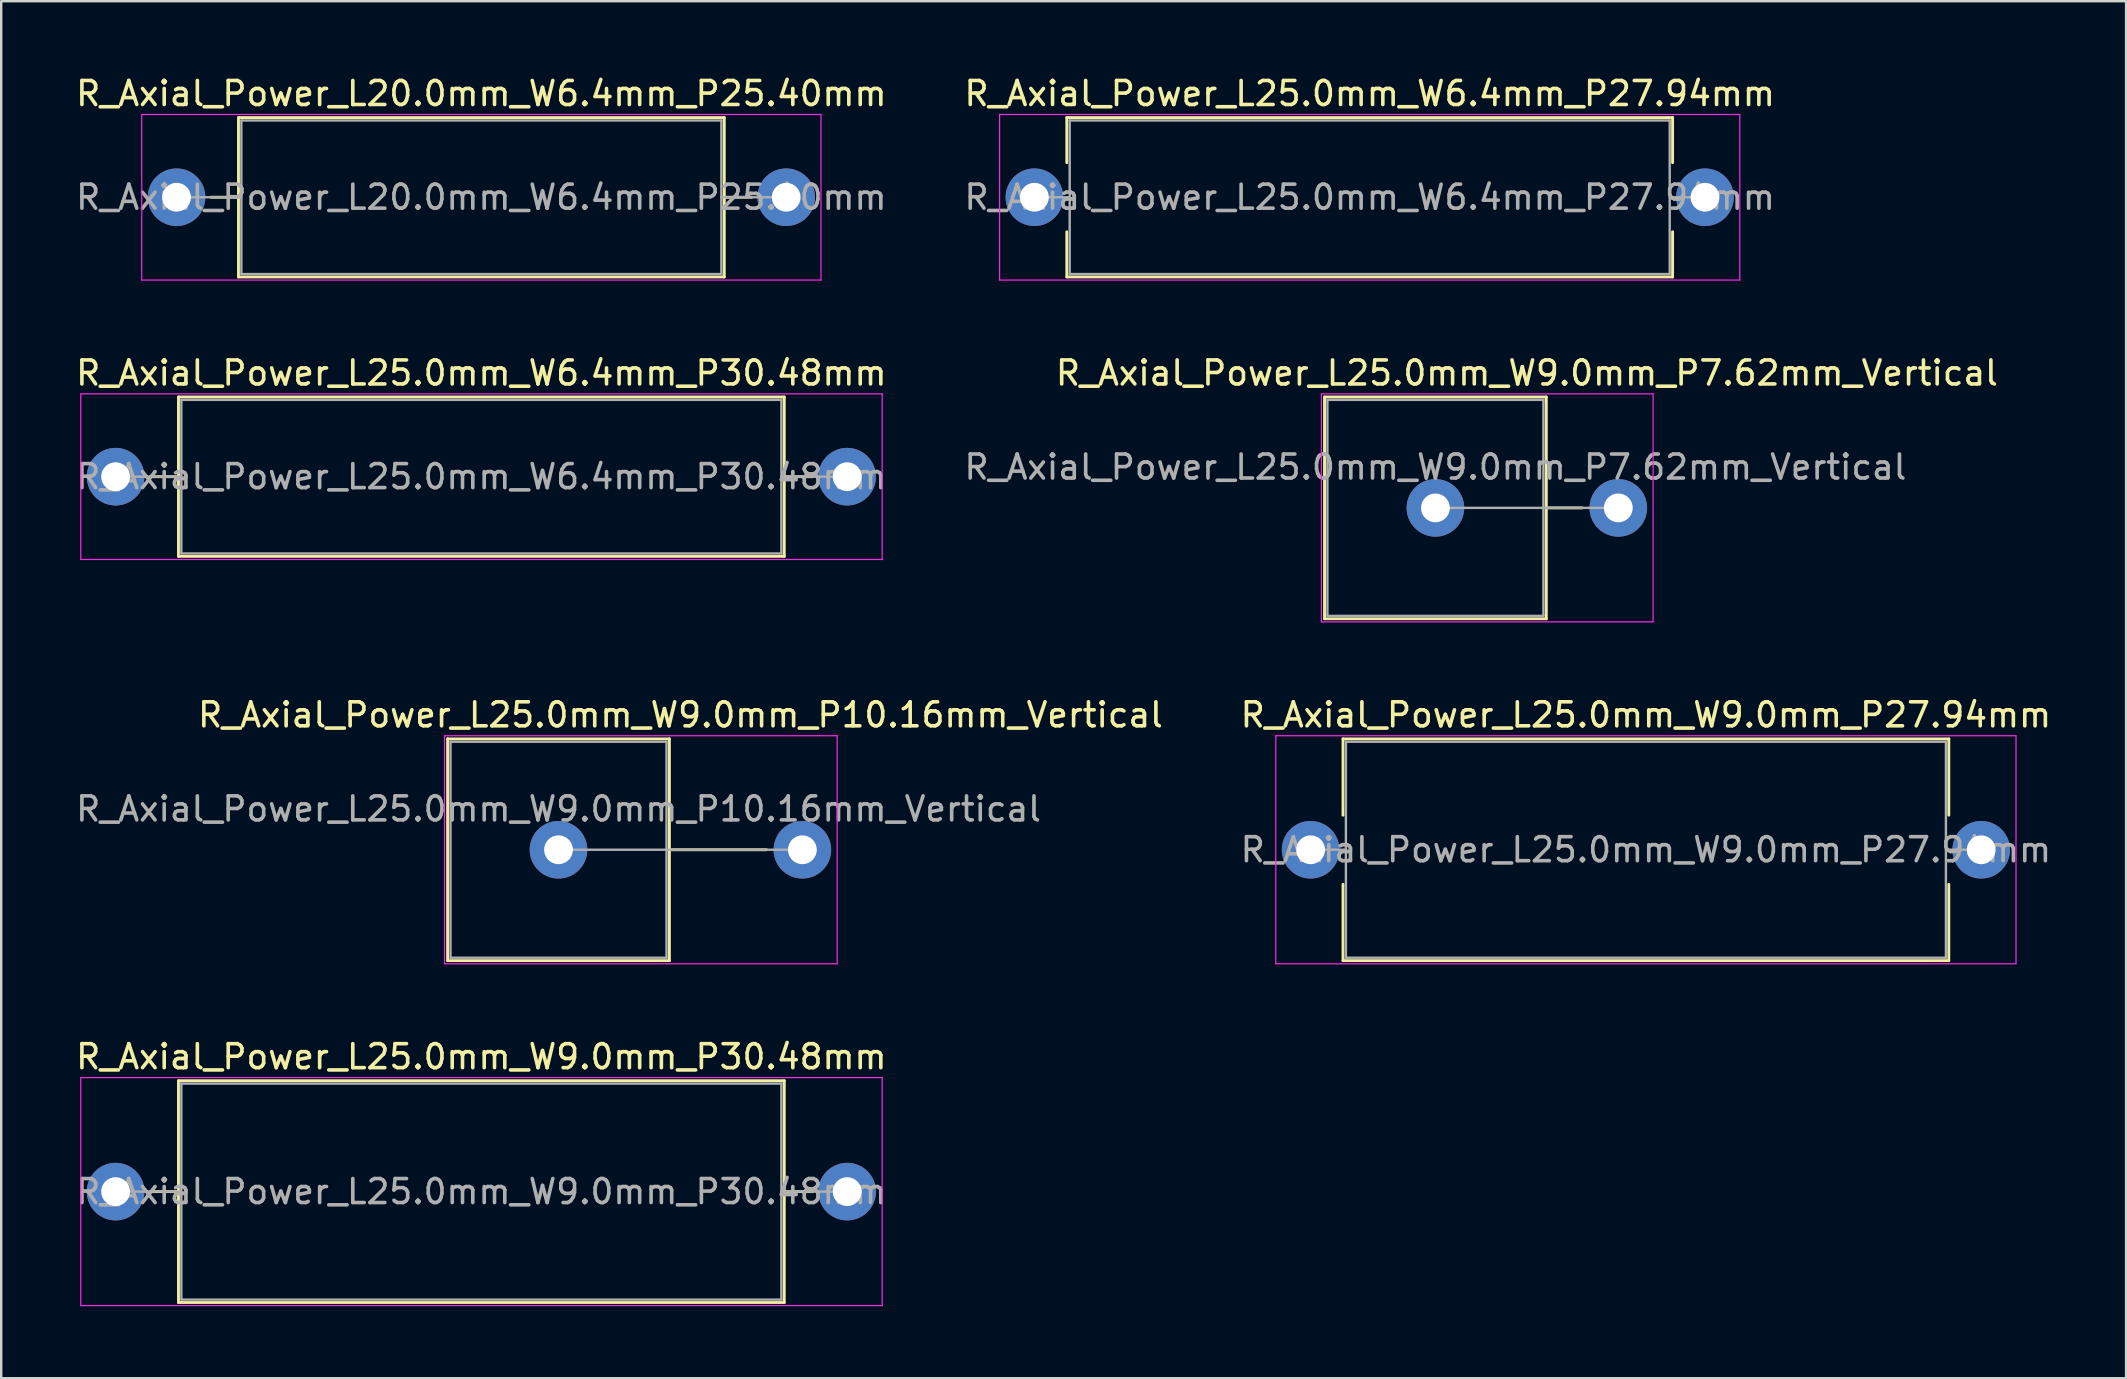
<source format=kicad_pcb>
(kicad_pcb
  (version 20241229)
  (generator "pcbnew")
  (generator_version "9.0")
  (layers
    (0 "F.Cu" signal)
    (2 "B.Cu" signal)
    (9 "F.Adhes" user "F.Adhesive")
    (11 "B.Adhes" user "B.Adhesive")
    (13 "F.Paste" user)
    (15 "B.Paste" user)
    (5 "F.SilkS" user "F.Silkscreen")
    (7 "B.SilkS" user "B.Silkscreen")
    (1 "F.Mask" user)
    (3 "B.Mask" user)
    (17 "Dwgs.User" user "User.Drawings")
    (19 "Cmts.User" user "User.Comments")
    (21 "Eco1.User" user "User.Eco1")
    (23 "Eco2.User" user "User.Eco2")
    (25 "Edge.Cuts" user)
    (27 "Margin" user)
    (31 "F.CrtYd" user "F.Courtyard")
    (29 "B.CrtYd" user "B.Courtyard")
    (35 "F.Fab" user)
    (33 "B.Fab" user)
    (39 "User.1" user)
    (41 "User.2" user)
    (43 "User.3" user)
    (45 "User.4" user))
  (footprint "R_Axial_Power_L25.0mm_W9.0mm_P7.62mm_Vertical"
    (layer "F.Cu")
    (at 56.756 18.111)
    (property "Reference" "R_Axial_Power_L25.0mm_W9.0mm_P7.62mm_Vertical" (at 3.81 -5.62 0) (layer "F.SilkS") (effects (font (size 1 1) (thickness 0.15))))
    (attr through_hole)
    (fp_line (start -4.62 -4.62) (end -4.62 4.62) (stroke (width 0.12) (type solid)) (layer "F.SilkS"))
    (fp_line (start -4.62 4.62) (end 4.62 4.62) (stroke (width 0.12) (type solid)) (layer "F.SilkS"))
    (fp_line (start 4.62 -4.62) (end -4.62 -4.62) (stroke (width 0.12) (type solid)) (layer "F.SilkS"))
    (fp_line (start 4.62 0) (end 6.12 0) (stroke (width 0.12) (type solid)) (layer "F.SilkS"))
    (fp_line (start 4.62 4.62) (end 4.62 -4.62) (stroke (width 0.12) (type solid)) (layer "F.SilkS"))
    (fp_line (start -4.75 -4.75) (end -4.75 4.75) (stroke (width 0.05) (type solid)) (layer "F.CrtYd"))
    (fp_line (start -4.75 4.75) (end 9.07 4.75) (stroke (width 0.05) (type solid)) (layer "F.CrtYd"))
    (fp_line (start 9.07 -4.75) (end -4.75 -4.75) (stroke (width 0.05) (type solid)) (layer "F.CrtYd"))
    (fp_line (start 9.07 4.75) (end 9.07 -4.75) (stroke (width 0.05) (type solid)) (layer "F.CrtYd"))
    (fp_line (start -4.5 -4.5) (end -4.5 4.5) (stroke (width 0.1) (type solid)) (layer "F.Fab"))
    (fp_line (start -4.5 4.5) (end 4.5 4.5) (stroke (width 0.1) (type solid)) (layer "F.Fab"))
    (fp_line (start 0 0) (end 7.62 0) (stroke (width 0.1) (type solid)) (layer "F.Fab"))
    (fp_line (start 4.5 -4.5) (end -4.5 -4.5) (stroke (width 0.1) (type solid)) (layer "F.Fab"))
    (fp_line (start 4.5 4.5) (end 4.5 -4.5) (stroke (width 0.1) (type solid)) (layer "F.Fab"))
    (fp_text user "${REFERENCE}" (at 0 -1.7 0) (layer "F.Fab") (effects (font (size 1 1) (thickness 0.15))))
    (pad "1" thru_hole circle (at 0 0) (size 2.4 2.4) (drill 1.2) (layers "*.Cu" "*.Mask"))
    (pad "2" thru_hole oval (at 7.62 0) (size 2.4 2.4) (drill 1.2) (layers "*.Cu" "*.Mask")))
  (footprint "R_Axial_Power_L25.0mm_W6.4mm_P30.48mm"
    (layer "F.Cu")
    (at 1.766 16.811)
    (property "Reference" "R_Axial_Power_L25.0mm_W6.4mm_P30.48mm" (at 15.24 -4.32 0) (layer "F.SilkS") (effects (font (size 1 1) (thickness 0.15))))
    (attr through_hole)
    (fp_line (start 1.44 0) (end 2.62 0) (stroke (width 0.12) (type solid)) (layer "F.SilkS"))
    (fp_line (start 2.62 -3.32) (end 2.62 3.32) (stroke (width 0.12) (type solid)) (layer "F.SilkS"))
    (fp_line (start 2.62 3.32) (end 27.86 3.32) (stroke (width 0.12) (type solid)) (layer "F.SilkS"))
    (fp_line (start 27.86 -3.32) (end 2.62 -3.32) (stroke (width 0.12) (type solid)) (layer "F.SilkS"))
    (fp_line (start 27.86 3.32) (end 27.86 -3.32) (stroke (width 0.12) (type solid)) (layer "F.SilkS"))
    (fp_line (start 29.04 0) (end 27.86 0) (stroke (width 0.12) (type solid)) (layer "F.SilkS"))
    (fp_line (start -1.45 -3.45) (end -1.45 3.45) (stroke (width 0.05) (type solid)) (layer "F.CrtYd"))
    (fp_line (start -1.45 3.45) (end 31.94 3.45) (stroke (width 0.05) (type solid)) (layer "F.CrtYd"))
    (fp_line (start 31.94 -3.45) (end -1.45 -3.45) (stroke (width 0.05) (type solid)) (layer "F.CrtYd"))
    (fp_line (start 31.94 3.45) (end 31.94 -3.45) (stroke (width 0.05) (type solid)) (layer "F.CrtYd"))
    (fp_line (start 0 0) (end 2.74 0) (stroke (width 0.1) (type solid)) (layer "F.Fab"))
    (fp_line (start 2.74 -3.2) (end 2.74 3.2) (stroke (width 0.1) (type solid)) (layer "F.Fab"))
    (fp_line (start 2.74 3.2) (end 27.74 3.2) (stroke (width 0.1) (type solid)) (layer "F.Fab"))
    (fp_line (start 27.74 -3.2) (end 2.74 -3.2) (stroke (width 0.1) (type solid)) (layer "F.Fab"))
    (fp_line (start 27.74 3.2) (end 27.74 -3.2) (stroke (width 0.1) (type solid)) (layer "F.Fab"))
    (fp_line (start 30.48 0) (end 27.74 0) (stroke (width 0.1) (type solid)) (layer "F.Fab"))
    (fp_text user "${REFERENCE}" (at 15.24 0 0) (layer "F.Fab") (effects (font (size 1 1) (thickness 0.15))))
    (pad "1" thru_hole circle (at 0 0) (size 2.4 2.4) (drill 1.2) (layers "*.Cu" "*.Mask"))
    (pad "2" thru_hole oval (at 30.48 0) (size 2.4 2.4) (drill 1.2) (layers "*.Cu" "*.Mask")))
  (footprint "R_Axial_Power_L25.0mm_W6.4mm_P27.94mm"
    (layer "F.Cu")
    (at 40.048 5.168)
    (property "Reference" "R_Axial_Power_L25.0mm_W6.4mm_P27.94mm" (at 13.97 -4.32 0) (layer "F.SilkS") (effects (font (size 1 1) (thickness 0.15))))
    (attr through_hole)
    (fp_line (start 1.35 -3.32) (end 26.59 -3.32) (stroke (width 0.12) (type solid)) (layer "F.SilkS"))
    (fp_line (start 1.35 -1.44) (end 1.35 -3.32) (stroke (width 0.12) (type solid)) (layer "F.SilkS"))
    (fp_line (start 1.35 1.44) (end 1.35 3.32) (stroke (width 0.12) (type solid)) (layer "F.SilkS"))
    (fp_line (start 1.35 3.32) (end 26.59 3.32) (stroke (width 0.12) (type solid)) (layer "F.SilkS"))
    (fp_line (start 26.59 -3.32) (end 26.59 -1.44) (stroke (width 0.12) (type solid)) (layer "F.SilkS"))
    (fp_line (start 26.59 3.32) (end 26.59 1.44) (stroke (width 0.12) (type solid)) (layer "F.SilkS"))
    (fp_line (start -1.45 -3.45) (end -1.45 3.45) (stroke (width 0.05) (type solid)) (layer "F.CrtYd"))
    (fp_line (start -1.45 3.45) (end 29.39 3.45) (stroke (width 0.05) (type solid)) (layer "F.CrtYd"))
    (fp_line (start 29.39 -3.45) (end -1.45 -3.45) (stroke (width 0.05) (type solid)) (layer "F.CrtYd"))
    (fp_line (start 29.39 3.45) (end 29.39 -3.45) (stroke (width 0.05) (type solid)) (layer "F.CrtYd"))
    (fp_line (start 0 0) (end 1.47 0) (stroke (width 0.1) (type solid)) (layer "F.Fab"))
    (fp_line (start 1.47 -3.2) (end 1.47 3.2) (stroke (width 0.1) (type solid)) (layer "F.Fab"))
    (fp_line (start 1.47 3.2) (end 26.47 3.2) (stroke (width 0.1) (type solid)) (layer "F.Fab"))
    (fp_line (start 26.47 -3.2) (end 1.47 -3.2) (stroke (width 0.1) (type solid)) (layer "F.Fab"))
    (fp_line (start 26.47 3.2) (end 26.47 -3.2) (stroke (width 0.1) (type solid)) (layer "F.Fab"))
    (fp_line (start 27.94 0) (end 26.47 0) (stroke (width 0.1) (type solid)) (layer "F.Fab"))
    (fp_text user "${REFERENCE}" (at 13.97 0 0) (layer "F.Fab") (effects (font (size 1 1) (thickness 0.15))))
    (pad "1" thru_hole circle (at 0 0) (size 2.4 2.4) (drill 1.2) (layers "*.Cu" "*.Mask"))
    (pad "2" thru_hole oval (at 27.94 0) (size 2.4 2.4) (drill 1.2) (layers "*.Cu" "*.Mask")))
  (footprint "R_Axial_Power_L25.0mm_W9.0mm_P30.48mm"
    (layer "F.Cu")
    (at 1.766 46.598)
    (property "Reference" "R_Axial_Power_L25.0mm_W9.0mm_P30.48mm" (at 15.24 -5.62 0) (layer "F.SilkS") (effects (font (size 1 1) (thickness 0.15))))
    (attr through_hole)
    (fp_line (start 1.44 0) (end 2.62 0) (stroke (width 0.12) (type solid)) (layer "F.SilkS"))
    (fp_line (start 2.62 -4.62) (end 2.62 4.62) (stroke (width 0.12) (type solid)) (layer "F.SilkS"))
    (fp_line (start 2.62 4.62) (end 27.86 4.62) (stroke (width 0.12) (type solid)) (layer "F.SilkS"))
    (fp_line (start 27.86 -4.62) (end 2.62 -4.62) (stroke (width 0.12) (type solid)) (layer "F.SilkS"))
    (fp_line (start 27.86 4.62) (end 27.86 -4.62) (stroke (width 0.12) (type solid)) (layer "F.SilkS"))
    (fp_line (start 29.04 0) (end 27.86 0) (stroke (width 0.12) (type solid)) (layer "F.SilkS"))
    (fp_line (start -1.45 -4.75) (end -1.45 4.75) (stroke (width 0.05) (type solid)) (layer "F.CrtYd"))
    (fp_line (start -1.45 4.75) (end 31.94 4.75) (stroke (width 0.05) (type solid)) (layer "F.CrtYd"))
    (fp_line (start 31.94 -4.75) (end -1.45 -4.75) (stroke (width 0.05) (type solid)) (layer "F.CrtYd"))
    (fp_line (start 31.94 4.75) (end 31.94 -4.75) (stroke (width 0.05) (type solid)) (layer "F.CrtYd"))
    (fp_line (start 0 0) (end 2.74 0) (stroke (width 0.1) (type solid)) (layer "F.Fab"))
    (fp_line (start 2.74 -4.5) (end 2.74 4.5) (stroke (width 0.1) (type solid)) (layer "F.Fab"))
    (fp_line (start 2.74 4.5) (end 27.74 4.5) (stroke (width 0.1) (type solid)) (layer "F.Fab"))
    (fp_line (start 27.74 -4.5) (end 2.74 -4.5) (stroke (width 0.1) (type solid)) (layer "F.Fab"))
    (fp_line (start 27.74 4.5) (end 27.74 -4.5) (stroke (width 0.1) (type solid)) (layer "F.Fab"))
    (fp_line (start 30.48 0) (end 27.74 0) (stroke (width 0.1) (type solid)) (layer "F.Fab"))
    (fp_text user "${REFERENCE}" (at 15.24 0 0) (layer "F.Fab") (effects (font (size 1 1) (thickness 0.15))))
    (pad "1" thru_hole circle (at 0 0) (size 2.4 2.4) (drill 1.2) (layers "*.Cu" "*.Mask"))
    (pad "2" thru_hole oval (at 30.48 0) (size 2.4 2.4) (drill 1.2) (layers "*.Cu" "*.Mask")))
  (footprint "R_Axial_Power_L20.0mm_W6.4mm_P25.40mm"
    (layer "F.Cu")
    (at 4.306 5.168)
    (property "Reference" "R_Axial_Power_L20.0mm_W6.4mm_P25.40mm" (at 12.7 -4.32 0) (layer "F.SilkS") (effects (font (size 1 1) (thickness 0.15))))
    (attr through_hole)
    (fp_line (start 1.44 0) (end 2.58 0) (stroke (width 0.12) (type solid)) (layer "F.SilkS"))
    (fp_line (start 2.58 -3.32) (end 2.58 3.32) (stroke (width 0.12) (type solid)) (layer "F.SilkS"))
    (fp_line (start 2.58 3.32) (end 22.82 3.32) (stroke (width 0.12) (type solid)) (layer "F.SilkS"))
    (fp_line (start 22.82 -3.32) (end 2.58 -3.32) (stroke (width 0.12) (type solid)) (layer "F.SilkS"))
    (fp_line (start 22.82 3.32) (end 22.82 -3.32) (stroke (width 0.12) (type solid)) (layer "F.SilkS"))
    (fp_line (start 23.96 0) (end 22.82 0) (stroke (width 0.12) (type solid)) (layer "F.SilkS"))
    (fp_line (start -1.45 -3.45) (end -1.45 3.45) (stroke (width 0.05) (type solid)) (layer "F.CrtYd"))
    (fp_line (start -1.45 3.45) (end 26.85 3.45) (stroke (width 0.05) (type solid)) (layer "F.CrtYd"))
    (fp_line (start 26.85 -3.45) (end -1.45 -3.45) (stroke (width 0.05) (type solid)) (layer "F.CrtYd"))
    (fp_line (start 26.85 3.45) (end 26.85 -3.45) (stroke (width 0.05) (type solid)) (layer "F.CrtYd"))
    (fp_line (start 0 0) (end 2.7 0) (stroke (width 0.1) (type solid)) (layer "F.Fab"))
    (fp_line (start 2.7 -3.2) (end 2.7 3.2) (stroke (width 0.1) (type solid)) (layer "F.Fab"))
    (fp_line (start 2.7 3.2) (end 22.7 3.2) (stroke (width 0.1) (type solid)) (layer "F.Fab"))
    (fp_line (start 22.7 -3.2) (end 2.7 -3.2) (stroke (width 0.1) (type solid)) (layer "F.Fab"))
    (fp_line (start 22.7 3.2) (end 22.7 -3.2) (stroke (width 0.1) (type solid)) (layer "F.Fab"))
    (fp_line (start 25.4 0) (end 22.7 0) (stroke (width 0.1) (type solid)) (layer "F.Fab"))
    (fp_text user "${REFERENCE}" (at 12.7 0 0) (layer "F.Fab") (effects (font (size 1 1) (thickness 0.15))))
    (pad "1" thru_hole circle (at 0 0) (size 2.4 2.4) (drill 1.2) (layers "*.Cu" "*.Mask"))
    (pad "2" thru_hole oval (at 25.4 0) (size 2.4 2.4) (drill 1.2) (layers "*.Cu" "*.Mask")))
  (footprint "R_Axial_Power_L25.0mm_W9.0mm_P10.16mm_Vertical"
    (layer "F.Cu")
    (at 20.22 32.355)
    (property "Reference" "R_Axial_Power_L25.0mm_W9.0mm_P10.16mm_Vertical" (at 5.08 -5.62 0) (layer "F.SilkS") (effects (font (size 1 1) (thickness 0.15))))
    (attr through_hole)
    (fp_line (start -4.62 -4.62) (end -4.62 4.62) (stroke (width 0.12) (type solid)) (layer "F.SilkS"))
    (fp_line (start -4.62 4.62) (end 4.62 4.62) (stroke (width 0.12) (type solid)) (layer "F.SilkS"))
    (fp_line (start 4.62 -4.62) (end -4.62 -4.62) (stroke (width 0.12) (type solid)) (layer "F.SilkS"))
    (fp_line (start 4.62 0) (end 8.66 0) (stroke (width 0.12) (type solid)) (layer "F.SilkS"))
    (fp_line (start 4.62 4.62) (end 4.62 -4.62) (stroke (width 0.12) (type solid)) (layer "F.SilkS"))
    (fp_line (start -4.75 -4.75) (end -4.75 4.75) (stroke (width 0.05) (type solid)) (layer "F.CrtYd"))
    (fp_line (start -4.75 4.75) (end 11.61 4.75) (stroke (width 0.05) (type solid)) (layer "F.CrtYd"))
    (fp_line (start 11.61 -4.75) (end -4.75 -4.75) (stroke (width 0.05) (type solid)) (layer "F.CrtYd"))
    (fp_line (start 11.61 4.75) (end 11.61 -4.75) (stroke (width 0.05) (type solid)) (layer "F.CrtYd"))
    (fp_line (start -4.5 -4.5) (end -4.5 4.5) (stroke (width 0.1) (type solid)) (layer "F.Fab"))
    (fp_line (start -4.5 4.5) (end 4.5 4.5) (stroke (width 0.1) (type solid)) (layer "F.Fab"))
    (fp_line (start 0 0) (end 10.16 0) (stroke (width 0.1) (type solid)) (layer "F.Fab"))
    (fp_line (start 4.5 -4.5) (end -4.5 -4.5) (stroke (width 0.1) (type solid)) (layer "F.Fab"))
    (fp_line (start 4.5 4.5) (end 4.5 -4.5) (stroke (width 0.1) (type solid)) (layer "F.Fab"))
    (fp_text user "${REFERENCE}" (at 0 -1.7 0) (layer "F.Fab") (effects (font (size 1 1) (thickness 0.15))))
    (pad "1" thru_hole circle (at 0 0) (size 2.4 2.4) (drill 1.2) (layers "*.Cu" "*.Mask"))
    (pad "2" thru_hole oval (at 10.16 0) (size 2.4 2.4) (drill 1.2) (layers "*.Cu" "*.Mask")))
  (footprint "R_Axial_Power_L25.0mm_W9.0mm_P27.94mm"
    (layer "F.Cu")
    (at 51.556 32.355)
    (property "Reference" "R_Axial_Power_L25.0mm_W9.0mm_P27.94mm" (at 13.97 -5.62 0) (layer "F.SilkS") (effects (font (size 1 1) (thickness 0.15))))
    (attr through_hole)
    (fp_line (start 1.35 -4.62) (end 26.59 -4.62) (stroke (width 0.12) (type solid)) (layer "F.SilkS"))
    (fp_line (start 1.35 -1.44) (end 1.35 -4.62) (stroke (width 0.12) (type solid)) (layer "F.SilkS"))
    (fp_line (start 1.35 1.44) (end 1.35 4.62) (stroke (width 0.12) (type solid)) (layer "F.SilkS"))
    (fp_line (start 1.35 4.62) (end 26.59 4.62) (stroke (width 0.12) (type solid)) (layer "F.SilkS"))
    (fp_line (start 26.59 -4.62) (end 26.59 -1.44) (stroke (width 0.12) (type solid)) (layer "F.SilkS"))
    (fp_line (start 26.59 4.62) (end 26.59 1.44) (stroke (width 0.12) (type solid)) (layer "F.SilkS"))
    (fp_line (start -1.45 -4.75) (end -1.45 4.75) (stroke (width 0.05) (type solid)) (layer "F.CrtYd"))
    (fp_line (start -1.45 4.75) (end 29.39 4.75) (stroke (width 0.05) (type solid)) (layer "F.CrtYd"))
    (fp_line (start 29.39 -4.75) (end -1.45 -4.75) (stroke (width 0.05) (type solid)) (layer "F.CrtYd"))
    (fp_line (start 29.39 4.75) (end 29.39 -4.75) (stroke (width 0.05) (type solid)) (layer "F.CrtYd"))
    (fp_line (start 0 0) (end 1.47 0) (stroke (width 0.1) (type solid)) (layer "F.Fab"))
    (fp_line (start 1.47 -4.5) (end 1.47 4.5) (stroke (width 0.1) (type solid)) (layer "F.Fab"))
    (fp_line (start 1.47 4.5) (end 26.47 4.5) (stroke (width 0.1) (type solid)) (layer "F.Fab"))
    (fp_line (start 26.47 -4.5) (end 1.47 -4.5) (stroke (width 0.1) (type solid)) (layer "F.Fab"))
    (fp_line (start 26.47 4.5) (end 26.47 -4.5) (stroke (width 0.1) (type solid)) (layer "F.Fab"))
    (fp_line (start 27.94 0) (end 26.47 0) (stroke (width 0.1) (type solid)) (layer "F.Fab"))
    (fp_text user "${REFERENCE}" (at 13.97 0 0) (layer "F.Fab") (effects (font (size 1 1) (thickness 0.15))))
    (pad "1" thru_hole circle (at 0 0) (size 2.4 2.4) (drill 1.2) (layers "*.Cu" "*.Mask"))
    (pad "2" thru_hole oval (at 27.94 0) (size 2.4 2.4) (drill 1.2) (layers "*.Cu" "*.Mask")))
  (gr_rect
    (start -3 -3)
    (end 85.532 54.373)
    (stroke (width 0.1) (type default))
    (fill no)
    (layer "Edge.Cuts")))
</source>
